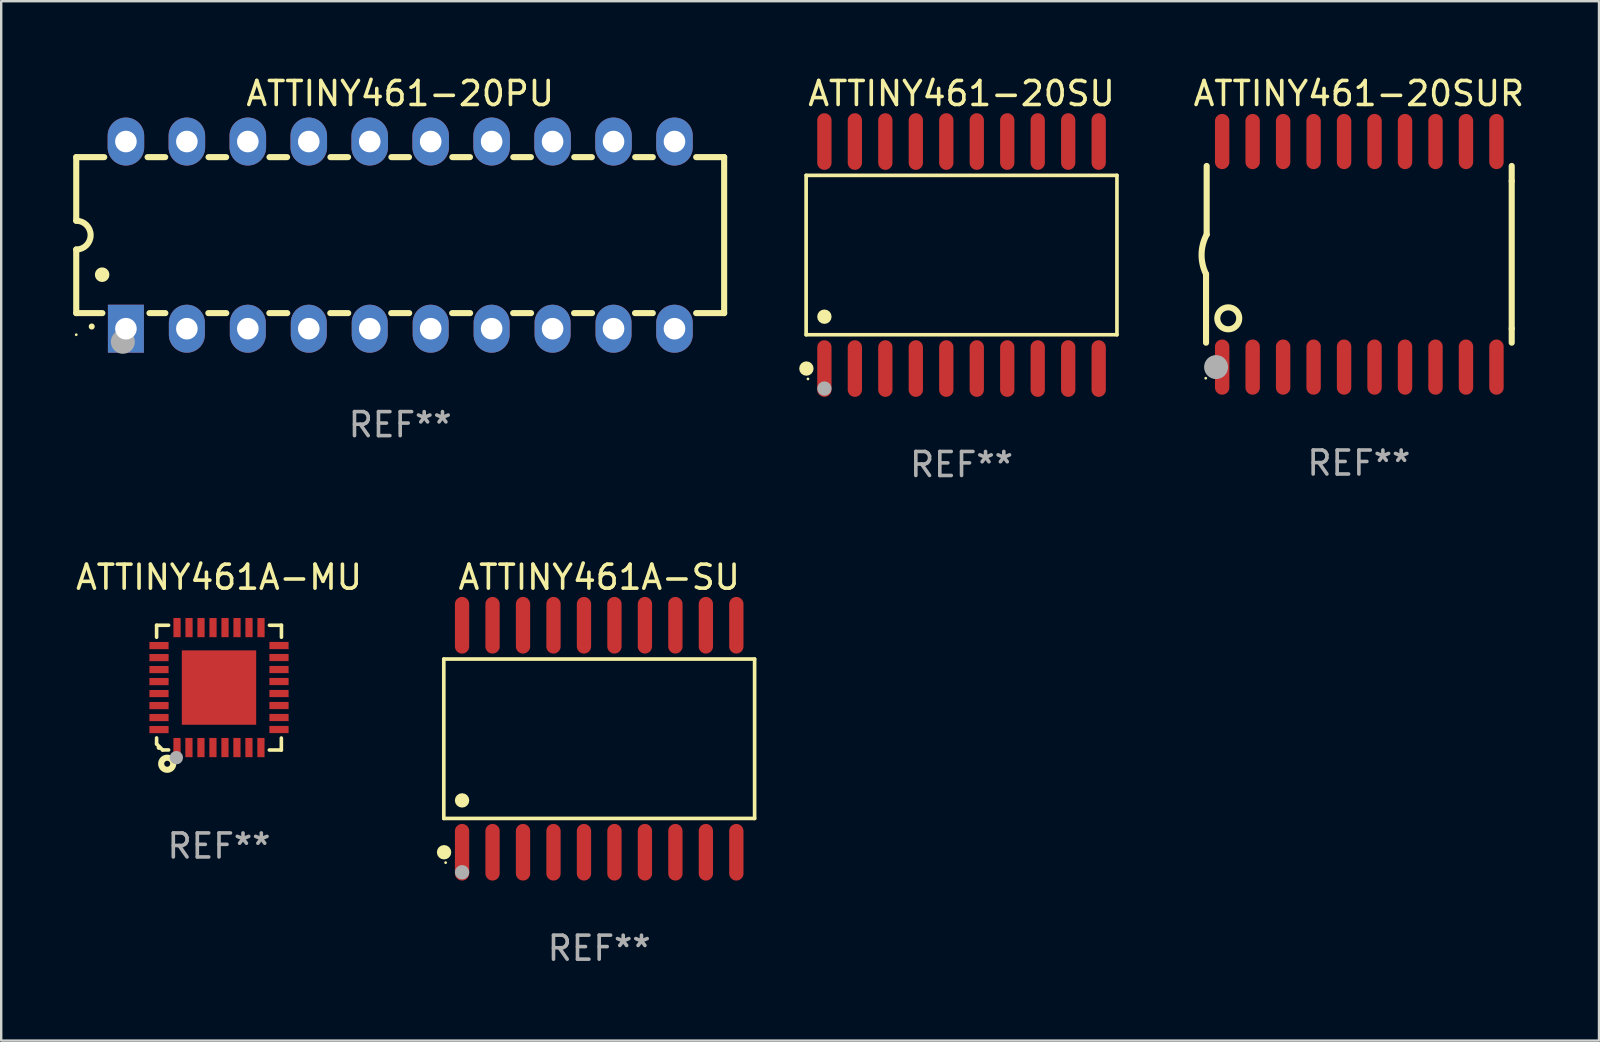
<source format=kicad_pcb>
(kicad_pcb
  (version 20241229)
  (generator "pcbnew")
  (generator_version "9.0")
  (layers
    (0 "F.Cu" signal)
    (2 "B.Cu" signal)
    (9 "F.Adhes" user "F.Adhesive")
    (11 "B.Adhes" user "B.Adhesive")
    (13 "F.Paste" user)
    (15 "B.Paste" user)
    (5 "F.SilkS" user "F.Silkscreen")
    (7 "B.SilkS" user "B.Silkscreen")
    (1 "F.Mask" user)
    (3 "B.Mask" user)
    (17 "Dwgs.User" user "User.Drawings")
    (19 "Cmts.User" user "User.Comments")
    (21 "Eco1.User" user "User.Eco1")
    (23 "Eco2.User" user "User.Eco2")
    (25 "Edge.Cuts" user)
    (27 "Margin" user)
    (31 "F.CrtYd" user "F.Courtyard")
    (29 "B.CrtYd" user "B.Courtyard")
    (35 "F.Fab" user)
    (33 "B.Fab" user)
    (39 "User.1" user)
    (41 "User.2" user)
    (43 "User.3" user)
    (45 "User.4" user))
  (footprint "ATTINY461-20PU"
    (layer "F.Cu")
    (at 13.627 6.748)
    (property "Reference" "ATTINY461-20PU" (at 0 -5.9 0) (layer "F.SilkS") (effects (font (size 1 1) (thickness 0.15))))
    (attr through_hole)
    (fp_line (start -13.5 -3.25) (end -12.333 -3.25) (stroke (width 0.254) (type solid)) (layer "F.SilkS"))
    (fp_line (start -13.5 -0.6) (end -13.5 -3.25) (stroke (width 0.254) (type solid)) (layer "F.SilkS"))
    (fp_line (start -13.5 3.25) (end -13.5 0.6) (stroke (width 0.254) (type solid)) (layer "F.SilkS"))
    (fp_line (start -13.5 3.25) (end -12.411 3.25) (stroke (width 0.254) (type solid)) (layer "F.SilkS"))
    (fp_line (start -10.527 -3.25) (end -9.793 -3.25) (stroke (width 0.254) (type solid)) (layer "F.SilkS"))
    (fp_line (start -10.449 3.25) (end -9.786 3.25) (stroke (width 0.254) (type solid)) (layer "F.SilkS"))
    (fp_line (start -7.994 3.25) (end -7.246 3.25) (stroke (width 0.254) (type solid)) (layer "F.SilkS"))
    (fp_line (start -7.987 -3.25) (end -7.253 -3.25) (stroke (width 0.254) (type solid)) (layer "F.SilkS"))
    (fp_line (start -5.454 3.25) (end -4.706 3.25) (stroke (width 0.254) (type solid)) (layer "F.SilkS"))
    (fp_line (start -5.447 -3.25) (end -4.713 -3.25) (stroke (width 0.254) (type solid)) (layer "F.SilkS"))
    (fp_line (start -2.914 3.25) (end -2.166 3.25) (stroke (width 0.254) (type solid)) (layer "F.SilkS"))
    (fp_line (start -2.907 -3.25) (end -2.173 -3.25) (stroke (width 0.254) (type solid)) (layer "F.SilkS"))
    (fp_line (start -0.374 3.25) (end 0.374 3.25) (stroke (width 0.254) (type solid)) (layer "F.SilkS"))
    (fp_line (start -0.367 -3.25) (end 0.367 -3.25) (stroke (width 0.254) (type solid)) (layer "F.SilkS"))
    (fp_line (start 2.166 3.25) (end 2.914 3.25) (stroke (width 0.254) (type solid)) (layer "F.SilkS"))
    (fp_line (start 2.173 -3.25) (end 2.907 -3.25) (stroke (width 0.254) (type solid)) (layer "F.SilkS"))
    (fp_line (start 4.706 3.25) (end 5.454 3.25) (stroke (width 0.254) (type solid)) (layer "F.SilkS"))
    (fp_line (start 4.713 -3.25) (end 5.447 -3.25) (stroke (width 0.254) (type solid)) (layer "F.SilkS"))
    (fp_line (start 7.246 3.25) (end 7.994 3.25) (stroke (width 0.254) (type solid)) (layer "F.SilkS"))
    (fp_line (start 7.253 -3.25) (end 7.987 -3.25) (stroke (width 0.254) (type solid)) (layer "F.SilkS"))
    (fp_line (start 9.786 3.25) (end 10.527 3.25) (stroke (width 0.254) (type solid)) (layer "F.SilkS"))
    (fp_line (start 9.793 -3.25) (end 10.527 -3.25) (stroke (width 0.254) (type solid)) (layer "F.SilkS"))
    (fp_line (start 12.333 -3.25) (end 13.5 -3.25) (stroke (width 0.254) (type solid)) (layer "F.SilkS"))
    (fp_line (start 12.333 3.25) (end 13.5 3.25) (stroke (width 0.254) (type solid)) (layer "F.SilkS"))
    (fp_line (start 13.5 -3.25) (end 13.5 3.25) (stroke (width 0.254) (type solid)) (layer "F.SilkS"))
    (fp_arc (start -13.500127 -0.599442) (mid -12.900406 0.000228) (end -13.500025 0.6) (stroke (width 0.254001) (type solid)) (layer "F.SilkS"))
    (fp_arc (start -12.854966 3.810008) (mid -12.854973 3.808738) (end -12.854966 3.807468) (stroke (width 0.25) (type solid)) (layer "F.SilkS"))
    (fp_arc (start -12.420625 1.651003) (mid -12.420636 1.648463) (end -12.420625 1.645923) (stroke (width 0.6) (type solid)) (layer "F.SilkS"))
    (fp_circle (center -13.5 4.15) (end -13.47 4.15) (stroke (width 0.06) (type solid)) (fill no) (layer "F.SilkS"))
    (fp_circle (center -11.557 4.445) (end -11.307 4.445) (stroke (width 0.5) (type solid)) (fill no) (layer "F.Fab"))
    (fp_text user "REF**" (at 0 7.9 0) (layer "F.Fab") (effects (font (size 1 1) (thickness 0.15))))
    (pad "1" thru_hole rect (at -11.43 3.9 90) (size 2 1.5) (drill 0.9) (layers "*.Cu" "*.Mask"))
    (pad "2" thru_hole oval (at -8.89 3.9 90) (size 2 1.5) (drill 0.9) (layers "*.Cu" "*.Mask"))
    (pad "3" thru_hole oval (at -6.35 3.9 90) (size 2 1.5) (drill 0.9) (layers "*.Cu" "*.Mask"))
    (pad "4" thru_hole oval (at -3.81 3.9 90) (size 2 1.5) (drill 0.9) (layers "*.Cu" "*.Mask"))
    (pad "5" thru_hole oval (at -1.27 3.9 90) (size 2 1.5) (drill 0.9) (layers "*.Cu" "*.Mask"))
    (pad "6" thru_hole oval (at 1.27 3.9 90) (size 2 1.5) (drill 0.9) (layers "*.Cu" "*.Mask"))
    (pad "7" thru_hole oval (at 3.81 3.9 90) (size 2 1.5) (drill 0.9) (layers "*.Cu" "*.Mask"))
    (pad "8" thru_hole oval (at 6.35 3.9 90) (size 2 1.5) (drill 0.9) (layers "*.Cu" "*.Mask"))
    (pad "9" thru_hole oval (at 8.89 3.9 90) (size 2 1.5) (drill 0.9) (layers "*.Cu" "*.Mask"))
    (pad "10" thru_hole oval (at 11.43 3.9 90) (size 2 1.524) (drill 0.9) (layers "*.Cu" "*.Mask"))
    (pad "11" thru_hole oval (at 11.43 -3.9 90) (size 2 1.524) (drill 0.9) (layers "*.Cu" "*.Mask"))
    (pad "12" thru_hole oval (at 8.89 -3.9 90) (size 2 1.524) (drill 0.9) (layers "*.Cu" "*.Mask"))
    (pad "13" thru_hole oval (at 6.35 -3.9 90) (size 2 1.524) (drill 0.9) (layers "*.Cu" "*.Mask"))
    (pad "14" thru_hole oval (at 3.81 -3.9 90) (size 2 1.524) (drill 0.9) (layers "*.Cu" "*.Mask"))
    (pad "15" thru_hole oval (at 1.27 -3.9 90) (size 2 1.524) (drill 0.9) (layers "*.Cu" "*.Mask"))
    (pad "16" thru_hole oval (at -1.27 -3.9 90) (size 2 1.524) (drill 0.9) (layers "*.Cu" "*.Mask"))
    (pad "17" thru_hole oval (at -3.81 -3.9 90) (size 2 1.524) (drill 0.9) (layers "*.Cu" "*.Mask"))
    (pad "18" thru_hole oval (at -6.35 -3.9 90) (size 2 1.524) (drill 0.9) (layers "*.Cu" "*.Mask"))
    (pad "19" thru_hole oval (at -8.89 -3.9 90) (size 2 1.524) (drill 0.9) (layers "*.Cu" "*.Mask"))
    (pad "20" thru_hole oval (at -11.43 -3.9 90) (size 2 1.524) (drill 0.9) (layers "*.Cu" "*.Mask")))
  (footprint "ATTINY461-20SU"
    (layer "F.Cu")
    (at 37.019 7.578)
    (property "Reference" "ATTINY461-20SU" (at 0 -6.73 0) (layer "F.SilkS") (effects (font (size 1 1) (thickness 0.15))))
    (attr through_hole)
    (fp_line (start -6.476 -3.321) (end 6.476 -3.321) (stroke (width 0.152) (type solid)) (layer "F.SilkS"))
    (fp_line (start -6.476 3.321) (end -6.476 -3.321) (stroke (width 0.152) (type solid)) (layer "F.SilkS"))
    (fp_line (start 6.476 -3.321) (end 6.476 3.321) (stroke (width 0.152) (type solid)) (layer "F.SilkS"))
    (fp_line (start 6.476 3.321) (end -6.476 3.321) (stroke (width 0.152) (type solid)) (layer "F.SilkS"))
    (fp_circle (center -6.465 4.73) (end -6.315 4.73) (stroke (width 0.3) (type solid)) (fill no) (layer "F.SilkS"))
    (fp_circle (center -6.4 5.163) (end -6.37 5.163) (stroke (width 0.06) (type solid)) (fill no) (layer "F.SilkS"))
    (fp_circle (center -5.715 2.569) (end -5.565 2.569) (stroke (width 0.3) (type solid)) (fill no) (layer "F.SilkS"))
    (fp_circle (center -5.715 5.563) (end -5.565 5.563) (stroke (width 0.3) (type solid)) (fill no) (layer "F.Fab"))
    (fp_text user "REF**" (at 0 8.73 0) (layer "F.Fab") (effects (font (size 1 1) (thickness 0.15))))
    (pad "1" smd oval (at -5.715 4.73) (size 0.595 2.36) (layers "F.Cu" "F.Mask" "F.Paste"))
    (pad "2" smd oval (at -4.445 4.73) (size 0.595 2.36) (layers "F.Cu" "F.Mask" "F.Paste"))
    (pad "3" smd oval (at -3.175 4.73) (size 0.595 2.36) (layers "F.Cu" "F.Mask" "F.Paste"))
    (pad "4" smd oval (at -1.905 4.73) (size 0.595 2.36) (layers "F.Cu" "F.Mask" "F.Paste"))
    (pad "5" smd oval (at -0.635 4.73) (size 0.595 2.36) (layers "F.Cu" "F.Mask" "F.Paste"))
    (pad "6" smd oval (at 0.635 4.73) (size 0.595 2.36) (layers "F.Cu" "F.Mask" "F.Paste"))
    (pad "7" smd oval (at 1.905 4.73) (size 0.595 2.36) (layers "F.Cu" "F.Mask" "F.Paste"))
    (pad "8" smd oval (at 3.175 4.73) (size 0.595 2.36) (layers "F.Cu" "F.Mask" "F.Paste"))
    (pad "9" smd oval (at 4.445 4.73) (size 0.595 2.36) (layers "F.Cu" "F.Mask" "F.Paste"))
    (pad "10" smd oval (at 5.715 4.73) (size 0.595 2.36) (layers "F.Cu" "F.Mask" "F.Paste"))
    (pad "11" smd oval (at 5.715 -4.73) (size 0.595 2.36) (layers "F.Cu" "F.Mask" "F.Paste"))
    (pad "12" smd oval (at 4.445 -4.73) (size 0.595 2.36) (layers "F.Cu" "F.Mask" "F.Paste"))
    (pad "13" smd oval (at 3.175 -4.73) (size 0.595 2.36) (layers "F.Cu" "F.Mask" "F.Paste"))
    (pad "14" smd oval (at 1.905 -4.73) (size 0.595 2.36) (layers "F.Cu" "F.Mask" "F.Paste"))
    (pad "15" smd oval (at 0.635 -4.73) (size 0.595 2.36) (layers "F.Cu" "F.Mask" "F.Paste"))
    (pad "16" smd oval (at -0.635 -4.73) (size 0.595 2.36) (layers "F.Cu" "F.Mask" "F.Paste"))
    (pad "17" smd oval (at -1.905 -4.73) (size 0.595 2.36) (layers "F.Cu" "F.Mask" "F.Paste"))
    (pad "18" smd oval (at -3.175 -4.73) (size 0.595 2.36) (layers "F.Cu" "F.Mask" "F.Paste"))
    (pad "19" smd oval (at -4.445 -4.73) (size 0.595 2.36) (layers "F.Cu" "F.Mask" "F.Paste"))
    (pad "20" smd oval (at -5.715 -4.73) (size 0.595 2.36) (layers "F.Cu" "F.Mask" "F.Paste")))
  (footprint "ATTINY461-20SUR"
    (layer "F.Cu")
    (at 53.577 7.548)
    (property "Reference" "ATTINY461-20SUR" (at 0 -6.7 0) (layer "F.SilkS") (effects (font (size 1 1) (thickness 0.15))))
    (attr through_hole)
    (fp_line (start -6.369 0.826) (end -6.369 3.683) (stroke (width 0.254) (type solid)) (layer "F.SilkS"))
    (fp_line (start -6.343 -0.825) (end -6.343 -3.683) (stroke (width 0.254) (type solid)) (layer "F.SilkS"))
    (fp_line (start 6.369 -3.048) (end 6.369 -3.683) (stroke (width 0.254) (type solid)) (layer "F.SilkS"))
    (fp_line (start 6.369 -3.048) (end 6.369 3.096) (stroke (width 0.254) (type solid)) (layer "F.SilkS"))
    (fp_line (start 6.369 3.096) (end 6.369 3.683) (stroke (width 0.254) (type solid)) (layer "F.SilkS"))
    (fp_arc (start -6.36853 0.825552) (mid -6.554743 -0.00301) (end -6.343129 -0.825451) (stroke (width 0.254001) (type solid)) (layer "F.SilkS"))
    (fp_circle (center -6.382 5.163) (end -6.352 5.163) (stroke (width 0.06) (type solid)) (fill no) (layer "F.SilkS"))
    (fp_circle (center -5.443 2.667) (end -4.985 2.667) (stroke (width 0.254) (type solid)) (fill no) (layer "F.SilkS"))
    (fp_circle (center -5.951 4.699) (end -5.701 4.699) (stroke (width 0.5) (type solid)) (fill no) (layer "F.Fab"))
    (fp_text user "REF**" (at 0 8.7 0) (layer "F.Fab") (effects (font (size 1 1) (thickness 0.15))))
    (pad "1" smd oval (at -5.697 4.7 180) (size 0.6 2.3) (layers "F.Cu" "F.Mask" "F.Paste"))
    (pad "2" smd oval (at -4.427 4.7 180) (size 0.6 2.3) (layers "F.Cu" "F.Mask" "F.Paste"))
    (pad "3" smd oval (at -3.157 4.7 180) (size 0.6 2.3) (layers "F.Cu" "F.Mask" "F.Paste"))
    (pad "4" smd oval (at -1.887 4.7 180) (size 0.6 2.3) (layers "F.Cu" "F.Mask" "F.Paste"))
    (pad "5" smd oval (at -0.617 4.7 180) (size 0.6 2.3) (layers "F.Cu" "F.Mask" "F.Paste"))
    (pad "6" smd oval (at 0.653 4.7 180) (size 0.6 2.3) (layers "F.Cu" "F.Mask" "F.Paste"))
    (pad "7" smd oval (at 1.923 4.7 180) (size 0.6 2.3) (layers "F.Cu" "F.Mask" "F.Paste"))
    (pad "8" smd oval (at 3.193 4.7 180) (size 0.6 2.3) (layers "F.Cu" "F.Mask" "F.Paste"))
    (pad "9" smd oval (at 4.463 4.7 180) (size 0.6 2.3) (layers "F.Cu" "F.Mask" "F.Paste"))
    (pad "10" smd oval (at 5.734 4.7 180) (size 0.6 2.3) (layers "F.Cu" "F.Mask" "F.Paste"))
    (pad "11" smd oval (at 5.734 -4.7 180) (size 0.6 2.3) (layers "F.Cu" "F.Mask" "F.Paste"))
    (pad "12" smd oval (at 4.463 -4.7 180) (size 0.6 2.3) (layers "F.Cu" "F.Mask" "F.Paste"))
    (pad "13" smd oval (at 3.193 -4.7 180) (size 0.6 2.3) (layers "F.Cu" "F.Mask" "F.Paste"))
    (pad "14" smd oval (at 1.923 -4.7 180) (size 0.6 2.3) (layers "F.Cu" "F.Mask" "F.Paste"))
    (pad "15" smd oval (at 0.653 -4.7 180) (size 0.6 2.3) (layers "F.Cu" "F.Mask" "F.Paste"))
    (pad "16" smd oval (at -0.617 -4.7 180) (size 0.6 2.3) (layers "F.Cu" "F.Mask" "F.Paste"))
    (pad "17" smd oval (at -1.887 -4.7 180) (size 0.6 2.3) (layers "F.Cu" "F.Mask" "F.Paste"))
    (pad "18" smd oval (at -3.157 -4.7 180) (size 0.6 2.3) (layers "F.Cu" "F.Mask" "F.Paste"))
    (pad "19" smd oval (at -4.427 -4.7 180) (size 0.6 2.3) (layers "F.Cu" "F.Mask" "F.Paste"))
    (pad "20" smd oval (at -5.697 -4.7 180) (size 0.6 2.3) (layers "F.Cu" "F.Mask" "F.Paste")))
  (footprint "ATTINY461A-MU"
    (layer "F.Cu")
    (at 6.077 25.605)
    (property "Reference" "ATTINY461A-MU" (at 0 -4.6 0) (layer "F.SilkS") (effects (font (size 1 1) (thickness 0.15))))
    (attr through_hole)
    (fp_line (start -2.601 2.097) (end -2.601 2.347) (stroke (width 0.15) (type solid)) (layer "F.SilkS"))
    (fp_line (start -2.601 2.347) (end -2.351 2.597) (stroke (width 0.15) (type solid)) (layer "F.SilkS"))
    (fp_line (start -2.601 -2.6) (end -2.601 -2.1) (stroke (width 0.15) (type solid)) (layer "F.SilkS"))
    (fp_line (start -2.601 -2.6) (end -2.101 -2.6) (stroke (width 0.15) (type solid)) (layer "F.SilkS"))
    (fp_line (start -2.351 2.597) (end -2.101 2.597) (stroke (width 0.15) (type solid)) (layer "F.SilkS"))
    (fp_line (start 2.597 2.6) (end 2.097 2.6) (stroke (width 0.15) (type solid)) (layer "F.SilkS"))
    (fp_line (start 2.597 2.6) (end 2.597 2.1) (stroke (width 0.15) (type solid)) (layer "F.SilkS"))
    (fp_line (start 2.601 -2.6) (end 2.101 -2.6) (stroke (width 0.15) (type solid)) (layer "F.SilkS"))
    (fp_line (start 2.601 -2.6) (end 2.601 -2.1) (stroke (width 0.15) (type solid)) (layer "F.SilkS"))
    (fp_circle (center -2.501 2.497) (end -2.451 2.497) (stroke (width 0.1) (type solid)) (fill no) (layer "F.SilkS"))
    (fp_circle (center -2.16 3.172) (end -2.035 3.172) (stroke (width 0.254) (type solid)) (fill no) (layer "F.SilkS"))
    (fp_circle (center -1.779 2.918) (end -1.639 2.918) (stroke (width 0.28) (type solid)) (fill no) (layer "F.Fab"))
    (fp_text user "REF**" (at 0 6.6 0) (layer "F.Fab") (effects (font (size 1 1) (thickness 0.15))))
    (pad "1" smd rect (at -1.751 2.497) (size 0.3 0.8) (layers "F.Cu" "F.Mask" "F.Paste"))
    (pad "2" smd rect (at -1.253 2.497) (size 0.3 0.8) (layers "F.Cu" "F.Mask" "F.Paste"))
    (pad "3" smd rect (at -0.753 2.497) (size 0.3 0.8) (layers "F.Cu" "F.Mask" "F.Paste"))
    (pad "4" smd rect (at -0.253 2.497) (size 0.3 0.8) (layers "F.Cu" "F.Mask" "F.Paste"))
    (pad "5" smd rect (at 0.247 2.497) (size 0.3 0.8) (layers "F.Cu" "F.Mask" "F.Paste"))
    (pad "6" smd rect (at 0.747 2.497) (size 0.3 0.8) (layers "F.Cu" "F.Mask" "F.Paste"))
    (pad "7" smd rect (at 1.247 2.497) (size 0.3 0.8) (layers "F.Cu" "F.Mask" "F.Paste"))
    (pad "8" smd rect (at 1.747 2.497) (size 0.3 0.8) (layers "F.Cu" "F.Mask" "F.Paste"))
    (pad "9" smd rect (at 2.499 1.745) (size 0.8 0.3) (layers "F.Cu" "F.Mask" "F.Paste"))
    (pad "10" smd rect (at 2.499 1.245) (size 0.8 0.3) (layers "F.Cu" "F.Mask" "F.Paste"))
    (pad "11" smd rect (at 2.499 0.745) (size 0.8 0.3) (layers "F.Cu" "F.Mask" "F.Paste"))
    (pad "12" smd rect (at 2.499 0.245) (size 0.8 0.3) (layers "F.Cu" "F.Mask" "F.Paste"))
    (pad "13" smd rect (at 2.499 -0.255) (size 0.8 0.3) (layers "F.Cu" "F.Mask" "F.Paste"))
    (pad "14" smd rect (at 2.499 -0.755) (size 0.8 0.3) (layers "F.Cu" "F.Mask" "F.Paste"))
    (pad "15" smd rect (at 2.499 -1.255) (size 0.8 0.3) (layers "F.Cu" "F.Mask" "F.Paste"))
    (pad "16" smd rect (at 2.499 -1.755) (size 0.8 0.3) (layers "F.Cu" "F.Mask" "F.Paste"))
    (pad "17" smd rect (at 1.75 -2.502) (size 0.3 0.8) (layers "F.Cu" "F.Mask" "F.Paste"))
    (pad "18" smd rect (at 1.25 -2.502) (size 0.3 0.8) (layers "F.Cu" "F.Mask" "F.Paste"))
    (pad "19" smd rect (at 0.75 -2.502) (size 0.3 0.8) (layers "F.Cu" "F.Mask" "F.Paste"))
    (pad "20" smd rect (at 0.25 -2.502) (size 0.3 0.8) (layers "F.Cu" "F.Mask" "F.Paste"))
    (pad "21" smd rect (at -0.25 -2.502) (size 0.3 0.8) (layers "F.Cu" "F.Mask" "F.Paste"))
    (pad "22" smd rect (at -0.75 -2.502) (size 0.3 0.8) (layers "F.Cu" "F.Mask" "F.Paste"))
    (pad "23" smd rect (at -1.25 -2.502) (size 0.3 0.8) (layers "F.Cu" "F.Mask" "F.Paste"))
    (pad "24" smd rect (at -1.75 -2.502) (size 0.3 0.8) (layers "F.Cu" "F.Mask" "F.Paste"))
    (pad "25" smd rect (at -2.501 -1.753) (size 0.8 0.3) (layers "F.Cu" "F.Mask" "F.Paste"))
    (pad "26" smd rect (at -2.501 -1.252) (size 0.8 0.3) (layers "F.Cu" "F.Mask" "F.Paste"))
    (pad "27" smd rect (at -2.501 -0.753) (size 0.8 0.3) (layers "F.Cu" "F.Mask" "F.Paste"))
    (pad "28" smd rect (at -2.501 -0.252) (size 0.8 0.3) (layers "F.Cu" "F.Mask" "F.Paste"))
    (pad "29" smd rect (at -2.501 0.247) (size 0.8 0.3) (layers "F.Cu" "F.Mask" "F.Paste"))
    (pad "30" smd rect (at -2.501 0.748) (size 0.8 0.3) (layers "F.Cu" "F.Mask" "F.Paste"))
    (pad "31" smd rect (at -2.501 1.247) (size 0.8 0.3) (layers "F.Cu" "F.Mask" "F.Paste"))
    (pad "32" smd rect (at -2.501 1.748) (size 0.8 0.3) (layers "F.Cu" "F.Mask" "F.Paste"))
    (pad "33" smd rect (at -0.001 -0.003 180) (size 3.1 3.1) (layers "F.Cu" "F.Mask" "F.Paste")))
  (footprint "ATTINY461A-SU"
    (layer "F.Cu")
    (at 21.92 27.735)
    (property "Reference" "ATTINY461A-SU" (at 0 -6.73 0) (layer "F.SilkS") (effects (font (size 1 1) (thickness 0.15))))
    (attr through_hole)
    (fp_line (start -6.476 -3.321) (end 6.476 -3.321) (stroke (width 0.152) (type solid)) (layer "F.SilkS"))
    (fp_line (start -6.476 3.321) (end -6.476 -3.321) (stroke (width 0.152) (type solid)) (layer "F.SilkS"))
    (fp_line (start 6.476 -3.321) (end 6.476 3.321) (stroke (width 0.152) (type solid)) (layer "F.SilkS"))
    (fp_line (start 6.476 3.321) (end -6.476 3.321) (stroke (width 0.152) (type solid)) (layer "F.SilkS"))
    (fp_circle (center -6.465 4.73) (end -6.315 4.73) (stroke (width 0.3) (type solid)) (fill no) (layer "F.SilkS"))
    (fp_circle (center -6.4 5.163) (end -6.37 5.163) (stroke (width 0.06) (type solid)) (fill no) (layer "F.SilkS"))
    (fp_circle (center -5.715 2.569) (end -5.565 2.569) (stroke (width 0.3) (type solid)) (fill no) (layer "F.SilkS"))
    (fp_circle (center -5.715 5.563) (end -5.565 5.563) (stroke (width 0.3) (type solid)) (fill no) (layer "F.Fab"))
    (fp_text user "REF**" (at 0 8.73 0) (layer "F.Fab") (effects (font (size 1 1) (thickness 0.15))))
    (pad "1" smd oval (at -5.715 4.73) (size 0.595 2.36) (layers "F.Cu" "F.Mask" "F.Paste"))
    (pad "2" smd oval (at -4.445 4.73) (size 0.595 2.36) (layers "F.Cu" "F.Mask" "F.Paste"))
    (pad "3" smd oval (at -3.175 4.73) (size 0.595 2.36) (layers "F.Cu" "F.Mask" "F.Paste"))
    (pad "4" smd oval (at -1.905 4.73) (size 0.595 2.36) (layers "F.Cu" "F.Mask" "F.Paste"))
    (pad "5" smd oval (at -0.635 4.73) (size 0.595 2.36) (layers "F.Cu" "F.Mask" "F.Paste"))
    (pad "6" smd oval (at 0.635 4.73) (size 0.595 2.36) (layers "F.Cu" "F.Mask" "F.Paste"))
    (pad "7" smd oval (at 1.905 4.73) (size 0.595 2.36) (layers "F.Cu" "F.Mask" "F.Paste"))
    (pad "8" smd oval (at 3.175 4.73) (size 0.595 2.36) (layers "F.Cu" "F.Mask" "F.Paste"))
    (pad "9" smd oval (at 4.445 4.73) (size 0.595 2.36) (layers "F.Cu" "F.Mask" "F.Paste"))
    (pad "10" smd oval (at 5.715 4.73) (size 0.595 2.36) (layers "F.Cu" "F.Mask" "F.Paste"))
    (pad "11" smd oval (at 5.715 -4.73) (size 0.595 2.36) (layers "F.Cu" "F.Mask" "F.Paste"))
    (pad "12" smd oval (at 4.445 -4.73) (size 0.595 2.36) (layers "F.Cu" "F.Mask" "F.Paste"))
    (pad "13" smd oval (at 3.175 -4.73) (size 0.595 2.36) (layers "F.Cu" "F.Mask" "F.Paste"))
    (pad "14" smd oval (at 1.905 -4.73) (size 0.595 2.36) (layers "F.Cu" "F.Mask" "F.Paste"))
    (pad "15" smd oval (at 0.635 -4.73) (size 0.595 2.36) (layers "F.Cu" "F.Mask" "F.Paste"))
    (pad "16" smd oval (at -0.635 -4.73) (size 0.595 2.36) (layers "F.Cu" "F.Mask" "F.Paste"))
    (pad "17" smd oval (at -1.905 -4.73) (size 0.595 2.36) (layers "F.Cu" "F.Mask" "F.Paste"))
    (pad "18" smd oval (at -3.175 -4.73) (size 0.595 2.36) (layers "F.Cu" "F.Mask" "F.Paste"))
    (pad "19" smd oval (at -4.445 -4.73) (size 0.595 2.36) (layers "F.Cu" "F.Mask" "F.Paste"))
    (pad "20" smd oval (at -5.715 -4.73) (size 0.595 2.36) (layers "F.Cu" "F.Mask" "F.Paste")))
  (gr_rect
    (start -3 -3)
    (end 63.583 40.313)
    (stroke (width 0.1) (type default))
    (fill no)
    (layer "Edge.Cuts")))
</source>
